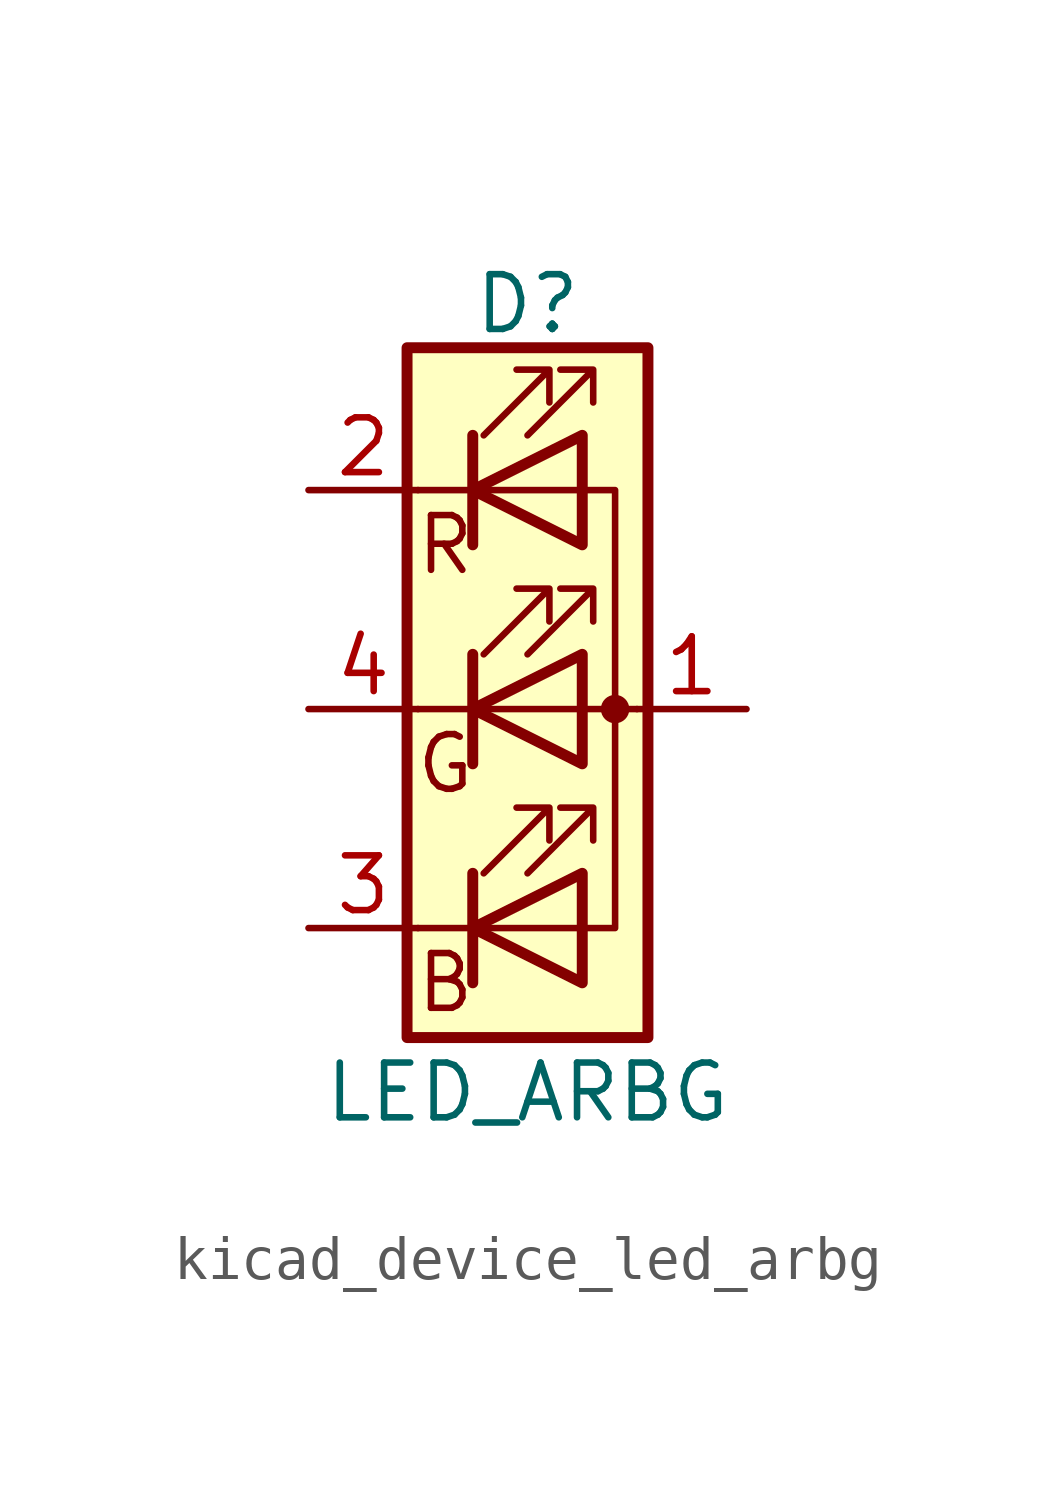
<source format=kicad_sym>
(kicad_symbol_lib
  (version 20220914)
  (generator kicad_symbol_editor)
  (symbol "kicad_device_led_arbg"
    (pin_names
      (offset 0) hide)
    (property "Reference" "D"
      (at 0 9.398 0)
      (effects (font (size 1.27 1.27))))
    (property "Value" "LED_ARBG"
      (at 0 -8.89 0)
      (effects (font (size 1.27 1.27))))
    (symbol "kicad_device_led_arbg_0_0"
      (text "B" (at -1.905 -6.35 0) (effects (font (size 1.27 1.27))))
      (text "G" (at -1.905 -1.27 0) (effects (font (size 1.27 1.27))))
      (text "R" (at -1.905 3.81 0) (effects (font (size 1.27 1.27)))))
    (symbol "kicad_device_led_arbg_0_1"
      (polyline (pts (xy -1.27 -5.08) (xy -2.54 -5.08)) (stroke (width 0) (type default)) (fill (type none)))
      (polyline (pts (xy -1.27 -5.08) (xy 1.27 -5.08)) (stroke (width 0) (type default)) (fill (type none)))
      (polyline (pts (xy -1.27 -3.81) (xy -1.27 -6.35)) (stroke (width 0.254) (type default)) (fill (type none)))
      (polyline (pts (xy -1.27 0) (xy -2.54 0)) (stroke (width 0) (type default)) (fill (type none)))
      (polyline (pts (xy -1.27 1.27) (xy -1.27 -1.27)) (stroke (width 0.254) (type default)) (fill (type none)))
      (polyline (pts (xy -1.27 5.08) (xy -2.54 5.08)) (stroke (width 0) (type default)) (fill (type none)))
      (polyline (pts (xy -1.27 5.08) (xy 1.27 5.08)) (stroke (width 0) (type default)) (fill (type none)))
      (polyline (pts (xy -1.27 6.35) (xy -1.27 3.81)) (stroke (width 0.254) (type default)) (fill (type none)))
      (polyline (pts (xy 1.27 0) (xy -1.27 0)) (stroke (width 0) (type default)) (fill (type none)))
      (polyline (pts (xy 1.27 0) (xy 2.54 0)) (stroke (width 0) (type default)) (fill (type none)))
      (polyline (pts (xy -1.27 1.27) (xy -1.27 -1.27) (xy -1.27 -1.27)) (stroke (width 0) (type default)) (fill (type none)))
      (polyline (pts (xy -1.27 6.35) (xy -1.27 3.81) (xy -1.27 3.81)) (stroke (width 0) (type default)) (fill (type none)))
      (polyline (pts (xy 1.27 -5.08) (xy 2.032 -5.08) (xy 2.032 5.08) (xy 1.27 5.08)) (stroke (width 0) (type default)) (fill (type none)))
      (polyline (pts (xy 1.27 -3.81) (xy 1.27 -6.35) (xy -1.27 -5.08) (xy 1.27 -3.81)) (stroke (width 0.254) (type default)) (fill (type none)))
      (polyline (pts (xy 1.27 1.27) (xy 1.27 -1.27) (xy -1.27 0) (xy 1.27 1.27)) (stroke (width 0.254) (type default)) (fill (type none)))
      (polyline (pts (xy 1.27 6.35) (xy 1.27 3.81) (xy -1.27 5.08) (xy 1.27 6.35)) (stroke (width 0.254) (type default)) (fill (type none)))
      (polyline (pts (xy -1.016 -3.81) (xy 0.508 -2.286) (xy -0.254 -2.286) (xy 0.508 -2.286) (xy 0.508 -3.048)) (stroke (width 0) (type default)) (fill (type none)))
      (polyline (pts (xy -1.016 1.27) (xy 0.508 2.794) (xy -0.254 2.794) (xy 0.508 2.794) (xy 0.508 2.032)) (stroke (width 0) (type default)) (fill (type none)))
      (polyline (pts (xy -1.016 6.35) (xy 0.508 7.874) (xy -0.254 7.874) (xy 0.508 7.874) (xy 0.508 7.112)) (stroke (width 0) (type default)) (fill (type none)))
      (polyline (pts (xy 0 -3.81) (xy 1.524 -2.286) (xy 0.762 -2.286) (xy 1.524 -2.286) (xy 1.524 -3.048)) (stroke (width 0) (type default)) (fill (type none)))
      (polyline (pts (xy 0 1.27) (xy 1.524 2.794) (xy 0.762 2.794) (xy 1.524 2.794) (xy 1.524 2.032)) (stroke (width 0) (type default)) (fill (type none)))
      (polyline (pts (xy 0 6.35) (xy 1.524 7.874) (xy 0.762 7.874) (xy 1.524 7.874) (xy 1.524 7.112)) (stroke (width 0) (type default)) (fill (type none)))
      (rectangle (start 1.27 -1.27) (end 1.27 1.27) (stroke (width 0) (type default)) (fill (type none)))
      (rectangle (start 1.27 1.27) (end 1.27 1.27) (stroke (width 0) (type default)) (fill (type none)))
      (rectangle (start 1.27 3.81) (end 1.27 6.35) (stroke (width 0) (type default)) (fill (type none)))
      (rectangle (start 1.27 6.35) (end 1.27 6.35) (stroke (width 0) (type default)) (fill (type none)))
      (circle (center 2.032 0) (radius 0.254) (stroke (width 0) (type default)) (fill (type outline)))
      (rectangle (start 2.794 8.382) (end -2.794 -7.62) (stroke (width 0.254) (type default)) (fill (type background))))
    (symbol "kicad_device_led_arbg_1_1"
      (pin passive line (at 5.08 0 180) (length 2.54) (name "A" (effects (font (size 1.27 1.27)))) (number "1" (effects (font (size 1.27 1.27)))))
      (pin passive line (at -5.08 5.08 0) (length 2.54) (name "RK" (effects (font (size 1.27 1.27)))) (number "2" (effects (font (size 1.27 1.27)))))
      (pin passive line (at -5.08 -5.08 0) (length 2.54) (name "BK" (effects (font (size 1.27 1.27)))) (number "3" (effects (font (size 1.27 1.27)))))
      (pin passive line (at -5.08 0 0) (length 2.54) (name "GK" (effects (font (size 1.27 1.27)))) (number "4" (effects (font (size 1.27 1.27))))))))
</source>
